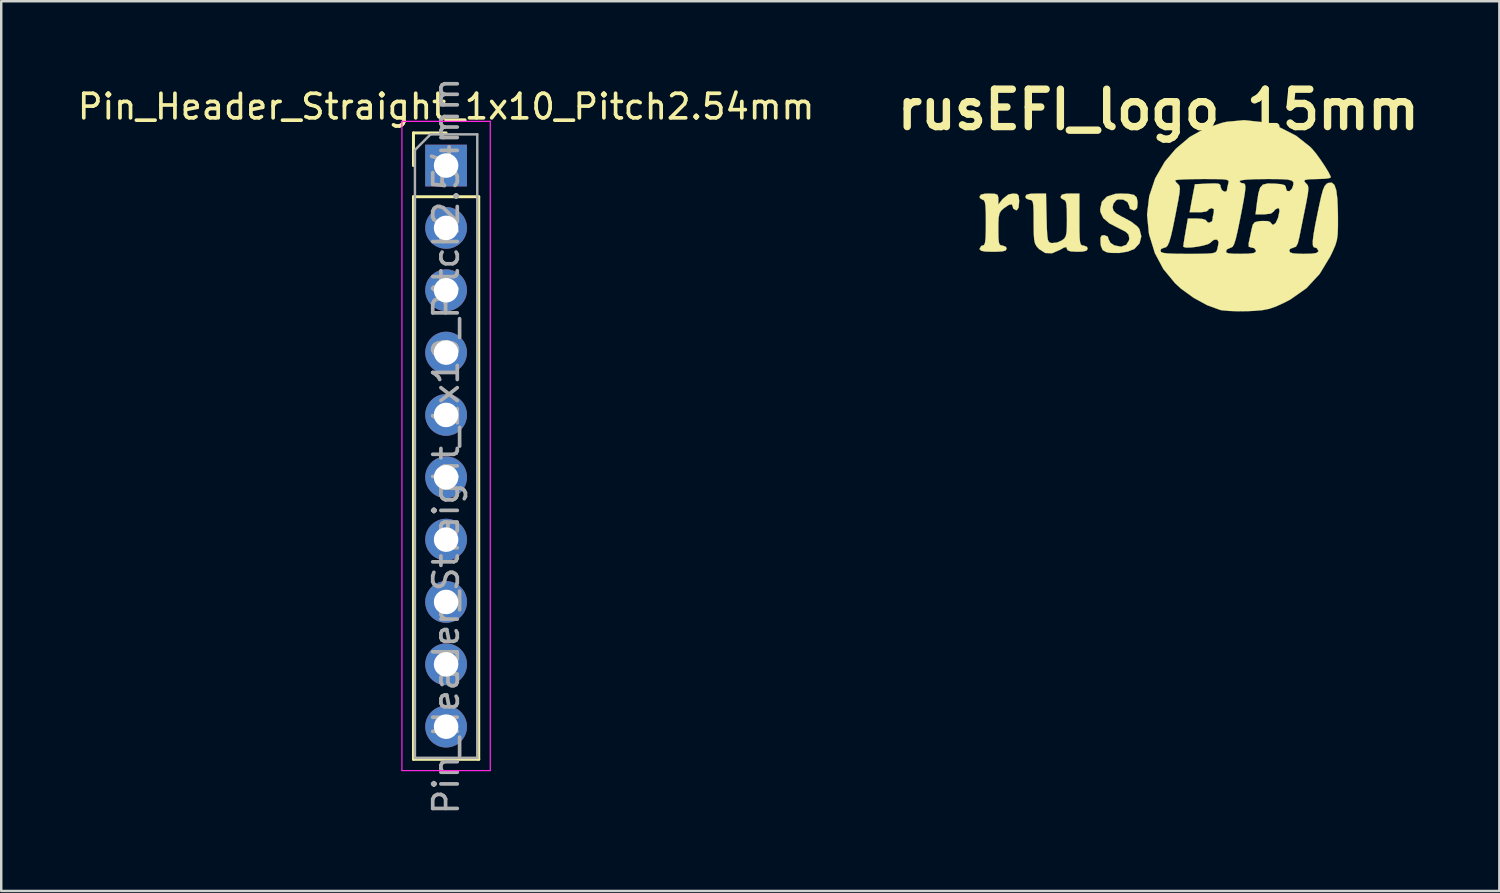
<source format=kicad_pcb>
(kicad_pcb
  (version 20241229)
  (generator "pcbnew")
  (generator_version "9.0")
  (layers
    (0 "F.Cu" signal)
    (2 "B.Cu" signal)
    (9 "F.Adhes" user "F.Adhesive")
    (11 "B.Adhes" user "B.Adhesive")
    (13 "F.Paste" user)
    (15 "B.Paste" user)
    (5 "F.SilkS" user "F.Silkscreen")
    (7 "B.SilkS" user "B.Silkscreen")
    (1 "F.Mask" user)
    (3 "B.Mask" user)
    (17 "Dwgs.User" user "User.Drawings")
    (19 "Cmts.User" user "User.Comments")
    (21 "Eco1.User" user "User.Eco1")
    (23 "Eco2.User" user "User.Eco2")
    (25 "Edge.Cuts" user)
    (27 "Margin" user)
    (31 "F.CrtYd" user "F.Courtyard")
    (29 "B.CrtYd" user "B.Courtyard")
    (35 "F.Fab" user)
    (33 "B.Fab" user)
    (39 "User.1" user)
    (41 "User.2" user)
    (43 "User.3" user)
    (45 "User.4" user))
  (footprint "Pin_Header_Straight_1x10_Pitch2.54mm"
    (layer "F.Cu")
    (at 15.125 3.695)
    (property "Reference" "Pin_Header_Straight_1x10_Pitch2.54mm" (at 0 -2.4 180) (layer "F.SilkS") (effects (font (size 1 1) (thickness 0.15))))
    (attr through_hole)
    (fp_line (start -1.33 -1.33) (end 0 -1.33) (stroke (width 0.12) (type solid)) (layer "F.SilkS"))
    (fp_line (start -1.33 0) (end -1.33 -1.33) (stroke (width 0.12) (type solid)) (layer "F.SilkS"))
    (fp_line (start -1.33 1.27) (end -1.33 24.19) (stroke (width 0.12) (type solid)) (layer "F.SilkS"))
    (fp_line (start -1.33 1.27) (end 1.33 1.27) (stroke (width 0.12) (type solid)) (layer "F.SilkS"))
    (fp_line (start -1.33 24.19) (end 1.33 24.19) (stroke (width 0.12) (type solid)) (layer "F.SilkS"))
    (fp_line (start 1.33 1.27) (end 1.33 24.19) (stroke (width 0.12) (type solid)) (layer "F.SilkS"))
    (fp_line (start -1.8 -1.8) (end -1.8 24.65) (stroke (width 0.05) (type solid)) (layer "F.CrtYd"))
    (fp_line (start -1.8 24.65) (end 1.8 24.65) (stroke (width 0.05) (type solid)) (layer "F.CrtYd"))
    (fp_line (start 1.8 -1.8) (end -1.8 -1.8) (stroke (width 0.05) (type solid)) (layer "F.CrtYd"))
    (fp_line (start 1.8 24.65) (end 1.8 -1.8) (stroke (width 0.05) (type solid)) (layer "F.CrtYd"))
    (fp_line (start -1.27 -0.635) (end -0.635 -1.27) (stroke (width 0.1) (type solid)) (layer "F.Fab"))
    (fp_line (start -1.27 24.13) (end -1.27 -0.635) (stroke (width 0.1) (type solid)) (layer "F.Fab"))
    (fp_line (start -0.635 -1.27) (end 1.27 -1.27) (stroke (width 0.1) (type solid)) (layer "F.Fab"))
    (fp_line (start 1.27 -1.27) (end 1.27 24.13) (stroke (width 0.1) (type solid)) (layer "F.Fab"))
    (fp_line (start 1.27 24.13) (end -1.27 24.13) (stroke (width 0.1) (type solid)) (layer "F.Fab"))
    (fp_text user "${REFERENCE}" (at 0 11.43 90) (layer "F.Fab") (effects (font (size 1 1) (thickness 0.15))))
    (pad "1" thru_hole rect (at 0 0) (size 1.7 1.7) (drill 1) (layers "*.Cu" "*.Mask"))
    (pad "2" thru_hole oval (at 0 2.54) (size 1.7 1.7) (drill 1) (layers "*.Cu" "*.Mask"))
    (pad "3" thru_hole oval (at 0 5.08) (size 1.7 1.7) (drill 1) (layers "*.Cu" "*.Mask"))
    (pad "4" thru_hole oval (at 0 7.62) (size 1.7 1.7) (drill 1) (layers "*.Cu" "*.Mask"))
    (pad "5" thru_hole oval (at 0 10.16) (size 1.7 1.7) (drill 1) (layers "*.Cu" "*.Mask"))
    (pad "6" thru_hole oval (at 0 12.7) (size 1.7 1.7) (drill 1) (layers "*.Cu" "*.Mask"))
    (pad "7" thru_hole oval (at 0 15.24) (size 1.7 1.7) (drill 1) (layers "*.Cu" "*.Mask"))
    (pad "8" thru_hole oval (at 0 17.78) (size 1.7 1.7) (drill 1) (layers "*.Cu" "*.Mask"))
    (pad "9" thru_hole oval (at 0 20.32) (size 1.7 1.7) (drill 1) (layers "*.Cu" "*.Mask"))
    (pad "10" thru_hole oval (at 0 22.86) (size 1.7 1.7) (drill 1) (layers "*.Cu" "*.Mask")))
  (footprint "rusEFI_logo_15mm"
    (layer "F.Cu")
    (at 44.143 5.768)
    (property "Reference" "rusEFI_logo_15mm" (at 0 -4.35 0) (layer "F.SilkS") (effects (font (size 1.524 1.524) (thickness 0.3))))
    (attr through_hole)
    (fp_poly (pts (xy -1.2 -0.92) (xy -0.989 -0.873) (xy -0.883 -0.773) (xy -0.848 -0.602) (xy -0.847 -0.541) (xy -0.867 -0.341) (xy -0.945 -0.262) (xy -1.016 -0.254) (xy -1.157 -0.313) (xy -1.185 -0.426) (xy -1.257 -0.588) (xy -1.43 -0.687) (xy -1.639 -0.693) (xy -1.714 -0.664) (xy -1.829 -0.527) (xy -1.863 -0.377) (xy -1.834 -0.245) (xy -1.728 -0.13) (xy -1.509 -0.000474) (xy -1.377 0.064) (xy -1.084 0.23) (xy -0.859 0.406) (xy -0.771 0.514) (xy -0.694 0.811) (xy -0.768 1.098) (xy -0.976 1.322) (xy -1.247 1.432) (xy -1.6 1.489) (xy -1.952 1.485) (xy -2.117 1.453) (xy -2.267 1.371) (xy -2.338 1.207) (xy -2.355 1.076) (xy -2.358 0.868) (xy -2.308 0.779) (xy -2.206 0.762) (xy -2.06 0.821) (xy -2.032 0.921) (xy -1.955 1.074) (xy -1.786 1.182) (xy -1.515 1.233) (xy -1.306 1.156) (xy -1.194 0.971) (xy -1.185 0.881) (xy -1.216 0.737) (xy -1.333 0.622) (xy -1.573 0.499) (xy -1.587 0.493) (xy -1.991 0.284) (xy -2.243 0.068) (xy -2.358 -0.172) (xy -2.371 -0.296) (xy -2.3 -0.601) (xy -2.094 -0.81) (xy -1.759 -0.918) (xy -1.547 -0.931) (xy -1.2 -0.92)) (stroke (width 0.01) (type solid)) (fill yes) (layer "F.SilkS"))
    (fp_poly (pts (xy -5.762 -0.917) (xy -5.691 -0.843) (xy -5.673 -0.66) (xy -5.673 -0.593) (xy -5.694 -0.357) (xy -5.763 -0.26) (xy -5.8 -0.254) (xy -5.912 -0.322) (xy -5.927 -0.381) (xy -5.964 -0.492) (xy -6.085 -0.475) (xy -6.296 -0.333) (xy -6.409 -0.231) (xy -6.475 -0.116) (xy -6.508 0.057) (xy -6.519 0.334) (xy -6.519 0.514) (xy -6.516 0.85) (xy -6.499 1.05) (xy -6.461 1.15) (xy -6.393 1.183) (xy -6.35 1.185) (xy -6.212 1.238) (xy -6.181 1.312) (xy -6.217 1.384) (xy -6.349 1.423) (xy -6.606 1.438) (xy -6.731 1.439) (xy -7.04 1.431) (xy -7.211 1.401) (xy -7.277 1.341) (xy -7.281 1.312) (xy -7.214 1.2) (xy -7.154 1.185) (xy -7.097 1.159) (xy -7.06 1.061) (xy -7.038 0.865) (xy -7.029 0.545) (xy -7.027 0.254) (xy -7.031 -0.163) (xy -7.044 -0.437) (xy -7.071 -0.596) (xy -7.115 -0.667) (xy -7.154 -0.677) (xy -7.267 -0.745) (xy -7.281 -0.804) (xy -7.231 -0.888) (xy -7.062 -0.926) (xy -6.9 -0.931) (xy -6.666 -0.923) (xy -6.554 -0.88) (xy -6.521 -0.776) (xy -6.519 -0.708) (xy -6.519 -0.485) (xy -6.344 -0.708) (xy -6.11 -0.895) (xy -5.921 -0.931) (xy -5.762 -0.917)) (stroke (width 0.01) (type solid)) (fill yes) (layer "F.SilkS"))
    (fp_poly (pts (xy -4.554 0.064) (xy -4.542 0.487) (xy -4.527 0.77) (xy -4.503 0.943) (xy -4.463 1.034) (xy -4.401 1.073) (xy -4.334 1.086) (xy -4.119 1.061) (xy -3.932 0.978) (xy -3.833 0.902) (xy -3.772 0.805) (xy -3.74 0.649) (xy -3.727 0.394) (xy -3.725 0.083) (xy -3.73 -0.288) (xy -3.748 -0.52) (xy -3.785 -0.639) (xy -3.844 -0.677) (xy -3.852 -0.677) (xy -3.965 -0.745) (xy -3.979 -0.804) (xy -3.929 -0.888) (xy -3.76 -0.926) (xy -3.598 -0.931) (xy -3.217 -0.931) (xy -3.217 0.127) (xy -3.216 0.566) (xy -3.208 0.864) (xy -3.19 1.047) (xy -3.157 1.143) (xy -3.105 1.18) (xy -3.048 1.185) (xy -2.91 1.238) (xy -2.879 1.312) (xy -2.924 1.392) (xy -3.081 1.431) (xy -3.302 1.439) (xy -3.569 1.425) (xy -3.699 1.378) (xy -3.725 1.314) (xy -3.751 1.246) (xy -3.851 1.271) (xy -4 1.356) (xy -4.33 1.5) (xy -4.609 1.49) (xy -4.863 1.326) (xy -4.872 1.316) (xy -4.965 1.211) (xy -5.026 1.096) (xy -5.06 0.933) (xy -5.076 0.683) (xy -5.08 0.31) (xy -5.08 0.216) (xy -5.082 -0.182) (xy -5.092 -0.44) (xy -5.116 -0.589) (xy -5.159 -0.658) (xy -5.227 -0.677) (xy -5.249 -0.677) (xy -5.387 -0.73) (xy -5.419 -0.804) (xy -5.373 -0.884) (xy -5.215 -0.923) (xy -4.998 -0.931) (xy -4.577 -0.931) (xy -4.554 0.064)) (stroke (width 0.01) (type solid)) (fill yes) (layer "F.SilkS"))
    (fp_poly (pts (xy 4.233 -3.842) (xy 4.952 -3.626) (xy 5.615 -3.286) (xy 6.185 -2.835) (xy 6.278 -2.739) (xy 6.434 -2.55) (xy 6.614 -2.301) (xy 6.791 -2.036) (xy 6.935 -1.798) (xy 7.018 -1.631) (xy 7.027 -1.592) (xy 6.95 -1.557) (xy 6.748 -1.533) (xy 6.477 -1.524) (xy 6.152 -1.516) (xy 5.979 -1.488) (xy 5.942 -1.432) (xy 6.023 -1.339) (xy 6.044 -1.322) (xy 6.095 -1.254) (xy 6.112 -1.137) (xy 6.093 -0.936) (xy 6.037 -0.619) (xy 5.998 -0.423) (xy 5.915 -0.012) (xy 5.833 0.395) (xy 5.767 0.73) (xy 5.748 0.826) (xy 5.682 1.095) (xy 5.607 1.231) (xy 5.503 1.27) (xy 5.497 1.27) (xy 5.363 1.325) (xy 5.334 1.397) (xy 5.369 1.466) (xy 5.494 1.505) (xy 5.741 1.522) (xy 5.927 1.524) (xy 6.249 1.517) (xy 6.433 1.49) (xy 6.511 1.437) (xy 6.519 1.397) (xy 6.451 1.287) (xy 6.384 1.27) (xy 6.323 1.246) (xy 6.292 1.159) (xy 6.292 0.992) (xy 6.325 0.725) (xy 6.393 0.338) (xy 6.499 -0.187) (xy 6.546 -0.414) (xy 6.635 -0.816) (xy 6.708 -1.082) (xy 6.778 -1.243) (xy 6.857 -1.331) (xy 6.924 -1.365) (xy 7.067 -1.377) (xy 7.174 -1.283) (xy 7.248 -1.069) (xy 7.293 -0.72) (xy 7.314 -0.223) (xy 7.317 0) (xy 7.317 0.423) (xy 7.306 0.727) (xy 7.274 0.959) (xy 7.212 1.169) (xy 7.11 1.406) (xy 7.001 1.632) (xy 6.572 2.341) (xy 6.035 2.921) (xy 5.38 3.382) (xy 5.12 3.518) (xy 4.791 3.668) (xy 4.522 3.762) (xy 4.247 3.817) (xy 3.903 3.847) (xy 3.657 3.858) (xy 3.26 3.863) (xy 2.891 3.851) (xy 2.606 3.825) (xy 2.519 3.809) (xy 1.989 3.616) (xy 1.437 3.315) (xy 0.926 2.945) (xy 0.682 2.721) (xy 0.204 2.142) (xy -0.141 1.496) (xy -0.171 1.397) (xy 0.085 1.397) (xy 0.109 1.449) (xy 0.198 1.485) (xy 0.377 1.508) (xy 0.67 1.52) (xy 1.102 1.524) (xy 1.218 1.524) (xy 1.675 1.523) (xy 1.99 1.516) (xy 2.193 1.5) (xy 2.309 1.47) (xy 2.368 1.421) (xy 2.378 1.397) (xy 2.763 1.397) (xy 2.764 1.463) (xy 2.848 1.502) (xy 3.046 1.52) (xy 3.347 1.524) (xy 3.681 1.517) (xy 3.877 1.493) (xy 3.965 1.445) (xy 3.979 1.397) (xy 3.909 1.294) (xy 3.808 1.27) (xy 3.685 1.235) (xy 3.677 1.1) (xy 3.682 1.079) (xy 3.727 0.871) (xy 3.783 0.601) (xy 3.793 0.55) (xy 3.846 0.336) (xy 3.933 0.233) (xy 4.109 0.194) (xy 4.216 0.186) (xy 4.447 0.188) (xy 4.565 0.23) (xy 4.572 0.249) (xy 4.64 0.33) (xy 4.689 0.339) (xy 4.782 0.264) (xy 4.87 0.074) (xy 4.891 0) (xy 4.936 -0.222) (xy 4.918 -0.322) (xy 4.868 -0.339) (xy 4.746 -0.271) (xy 4.711 -0.212) (xy 4.583 -0.115) (xy 4.311 -0.085) (xy 3.96 -0.085) (xy 4.02 -0.572) (xy 4.076 -0.942) (xy 4.147 -1.174) (xy 4.262 -1.297) (xy 4.45 -1.341) (xy 4.725 -1.338) (xy 5.003 -1.314) (xy 5.148 -1.273) (xy 5.195 -1.2) (xy 5.195 -1.164) (xy 5.236 -1.041) (xy 5.341 -1.028) (xy 5.442 -1.128) (xy 5.452 -1.15) (xy 5.501 -1.297) (xy 5.5 -1.4) (xy 5.428 -1.465) (xy 5.26 -1.503) (xy 4.975 -1.52) (xy 4.55 -1.524) (xy 4.403 -1.524) (xy 3.932 -1.518) (xy 3.58 -1.5) (xy 3.365 -1.471) (xy 3.302 -1.439) (xy 3.371 -1.364) (xy 3.429 -1.355) (xy 3.495 -1.343) (xy 3.534 -1.291) (xy 3.546 -1.178) (xy 3.528 -0.981) (xy 3.479 -0.677) (xy 3.398 -0.245) (xy 3.329 0.106) (xy 3.232 0.581) (xy 3.154 0.912) (xy 3.088 1.122) (xy 3.027 1.234) (xy 2.963 1.27) (xy 2.955 1.27) (xy 2.805 1.335) (xy 2.763 1.397) (xy 2.378 1.397) (xy 2.398 1.348) (xy 2.402 1.333) (xy 2.444 1.137) (xy 2.454 1.037) (xy 2.398 0.945) (xy 2.274 0.946) (xy 2.154 1.034) (xy 2.139 1.058) (xy 2.035 1.124) (xy 1.83 1.185) (xy 1.575 1.235) (xy 1.321 1.265) (xy 1.119 1.268) (xy 1.019 1.237) (xy 1.016 1.225) (xy 1.03 1.112) (xy 1.065 0.883) (xy 1.109 0.621) (xy 1.203 0.085) (xy 1.575 0.085) (xy 1.799 0.102) (xy 1.932 0.145) (xy 1.947 0.169) (xy 2.016 0.244) (xy 2.074 0.254) (xy 2.187 0.197) (xy 2.202 0.148) (xy 2.224 -0.015) (xy 2.255 -0.148) (xy 2.263 -0.298) (xy 2.169 -0.339) (xy 2.05 -0.296) (xy 2.032 -0.254) (xy 1.956 -0.203) (xy 1.765 -0.173) (xy 1.653 -0.169) (xy 1.274 -0.169) (xy 1.325 -0.445) (xy 1.378 -0.733) (xy 1.432 -1.016) (xy 1.489 -1.312) (xy 2.014 -1.338) (xy 2.303 -1.346) (xy 2.461 -1.331) (xy 2.527 -1.28) (xy 2.54 -1.189) (xy 2.588 -1.075) (xy 2.688 -1.01) (xy 2.776 -1.024) (xy 2.795 -1.079) (xy 2.816 -1.204) (xy 2.847 -1.333) (xy 2.864 -1.411) (xy 2.846 -1.464) (xy 2.77 -1.497) (xy 2.608 -1.515) (xy 2.335 -1.522) (xy 1.926 -1.524) (xy 1.788 -1.524) (xy 1.376 -1.52) (xy 1.034 -1.51) (xy 0.792 -1.494) (xy 0.681 -1.474) (xy 0.677 -1.47) (xy 0.735 -1.378) (xy 0.798 -1.322) (xy 0.856 -1.252) (xy 0.877 -1.136) (xy 0.859 -0.936) (xy 0.803 -0.612) (xy 0.799 -0.593) (xy 0.681 0.019) (xy 0.586 0.483) (xy 0.508 0.819) (xy 0.44 1.047) (xy 0.377 1.185) (xy 0.314 1.253) (xy 0.248 1.27) (xy 0.114 1.324) (xy 0.085 1.397) (xy -0.171 1.397) (xy -0.372 0.747) (xy -0.386 0.679) (xy -0.46 -0.076) (xy -0.371 -0.827) (xy -0.128 -1.552) (xy 0.263 -2.229) (xy 0.713 -2.757) (xy 1.277 -3.236) (xy 1.891 -3.581) (xy 2.598 -3.814) (xy 2.776 -3.854) (xy 3.495 -3.922) (xy 4.233 -3.842)) (stroke (width 0.01) (type solid)) (fill yes) (layer "F.SilkS")))
  (gr_rect
    (start -3 -3)
    (end 58.036 33.25)
    (stroke (width 0.1) (type default))
    (fill no)
    (layer "Edge.Cuts")))
</source>
